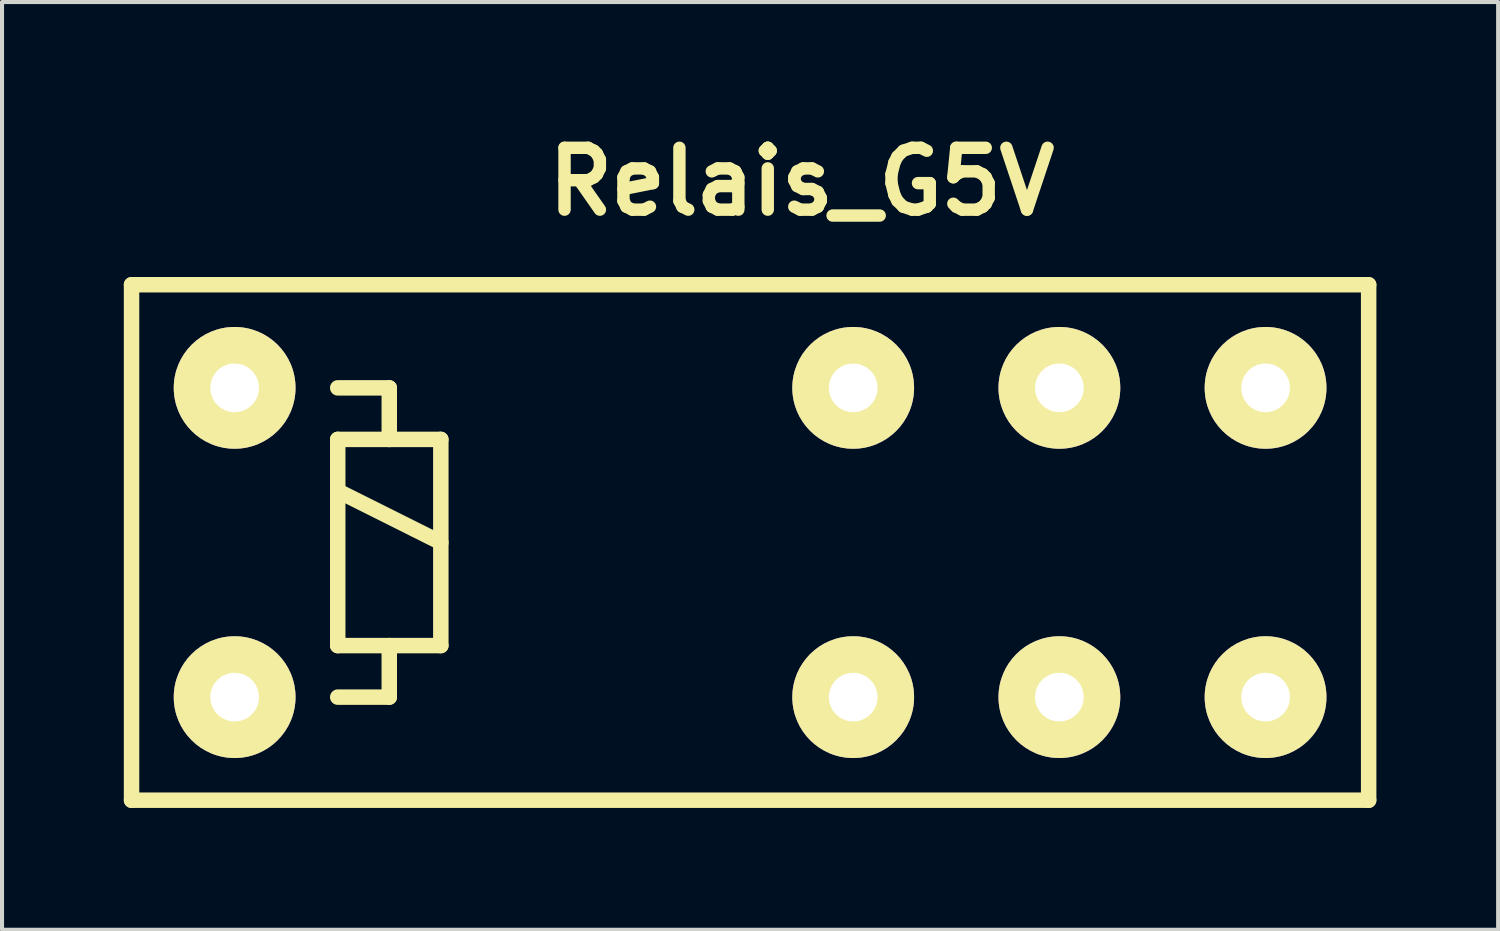
<source format=kicad_pcb>
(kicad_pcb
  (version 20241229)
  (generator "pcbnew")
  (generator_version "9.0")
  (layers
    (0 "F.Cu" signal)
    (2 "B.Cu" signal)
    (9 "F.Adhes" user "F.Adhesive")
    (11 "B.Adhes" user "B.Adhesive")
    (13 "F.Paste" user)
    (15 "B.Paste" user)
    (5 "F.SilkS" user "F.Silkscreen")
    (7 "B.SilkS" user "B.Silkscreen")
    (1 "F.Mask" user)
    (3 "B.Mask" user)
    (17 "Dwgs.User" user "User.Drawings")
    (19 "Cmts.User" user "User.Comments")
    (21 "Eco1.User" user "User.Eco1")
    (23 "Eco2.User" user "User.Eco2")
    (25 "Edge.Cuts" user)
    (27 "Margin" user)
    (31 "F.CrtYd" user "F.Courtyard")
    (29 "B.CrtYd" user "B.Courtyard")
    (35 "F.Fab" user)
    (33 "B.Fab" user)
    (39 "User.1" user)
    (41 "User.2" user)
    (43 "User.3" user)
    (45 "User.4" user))
  (footprint "Relais_G5V"
    (layer "F.Cu")
    (at 2.731 14.126)
    (property "Reference" "Relais_G5V" (at 13.97 -12.7 0) (layer "F.SilkS") (effects (font (size 1.524 1.524) (thickness 0.305))))
    (attr through_hole)
    (fp_line (start -2.54 -10.16) (end 27.94 -10.16) (stroke (width 0.381) (type solid)) (layer "F.SilkS"))
    (fp_line (start -2.54 2.54) (end -2.54 -10.16) (stroke (width 0.381) (type solid)) (layer "F.SilkS"))
    (fp_line (start 2.54 -7.62) (end 3.81 -7.62) (stroke (width 0.381) (type solid)) (layer "F.SilkS"))
    (fp_line (start 2.54 -6.35) (end 3.81 -6.35) (stroke (width 0.381) (type solid)) (layer "F.SilkS"))
    (fp_line (start 2.54 -5.08) (end 5.08 -3.81) (stroke (width 0.381) (type solid)) (layer "F.SilkS"))
    (fp_line (start 2.54 -1.27) (end 2.54 -6.35) (stroke (width 0.381) (type solid)) (layer "F.SilkS"))
    (fp_line (start 3.81 -7.62) (end 3.81 -6.35) (stroke (width 0.381) (type solid)) (layer "F.SilkS"))
    (fp_line (start 3.81 -6.35) (end 5.08 -6.35) (stroke (width 0.381) (type solid)) (layer "F.SilkS"))
    (fp_line (start 3.81 -1.27) (end 3.81 0) (stroke (width 0.381) (type solid)) (layer "F.SilkS"))
    (fp_line (start 3.81 0) (end 2.54 0) (stroke (width 0.381) (type solid)) (layer "F.SilkS"))
    (fp_line (start 5.08 -6.35) (end 5.08 -1.27) (stroke (width 0.381) (type solid)) (layer "F.SilkS"))
    (fp_line (start 5.08 -1.27) (end 2.54 -1.27) (stroke (width 0.381) (type solid)) (layer "F.SilkS"))
    (fp_line (start 27.94 -10.16) (end 27.94 2.54) (stroke (width 0.381) (type solid)) (layer "F.SilkS"))
    (fp_line (start 27.94 2.54) (end -2.54 2.54) (stroke (width 0.381) (type solid)) (layer "F.SilkS"))
    (pad "1" thru_hole circle (at 0 0) (size 3 3) (drill 1.199) (layers "*.Cu" "*.Mask" "F.SilkS"))
    (pad "4" thru_hole circle (at 20.32 0) (size 3 3) (drill 1.199) (layers "*.Cu" "*.Mask" "F.SilkS"))
    (pad "6" thru_hole circle (at 15.24 0) (size 3 3) (drill 1.199) (layers "*.Cu" "*.Mask" "F.SilkS"))
    (pad "8" thru_hole circle (at 25.4 0) (size 3 3) (drill 1.199) (layers "*.Cu" "*.Mask" "F.SilkS"))
    (pad "9" thru_hole circle (at 25.4 -7.62) (size 3 3) (drill 1.199) (layers "*.Cu" "*.Mask" "F.SilkS"))
    (pad "11" thru_hole circle (at 15.24 -7.62) (size 3 3) (drill 1.199) (layers "*.Cu" "*.Mask" "F.SilkS"))
    (pad "13" thru_hole circle (at 20.32 -7.62) (size 3 3) (drill 1.199) (layers "*.Cu" "*.Mask" "F.SilkS"))
    (pad "16" thru_hole circle (at 0 -7.62) (size 3 3) (drill 1.199) (layers "*.Cu" "*.Mask" "F.SilkS")))
  (gr_rect
    (start -3 -3)
    (end 33.861 19.857)
    (stroke (width 0.1) (type default))
    (fill no)
    (layer "Edge.Cuts")))
</source>
